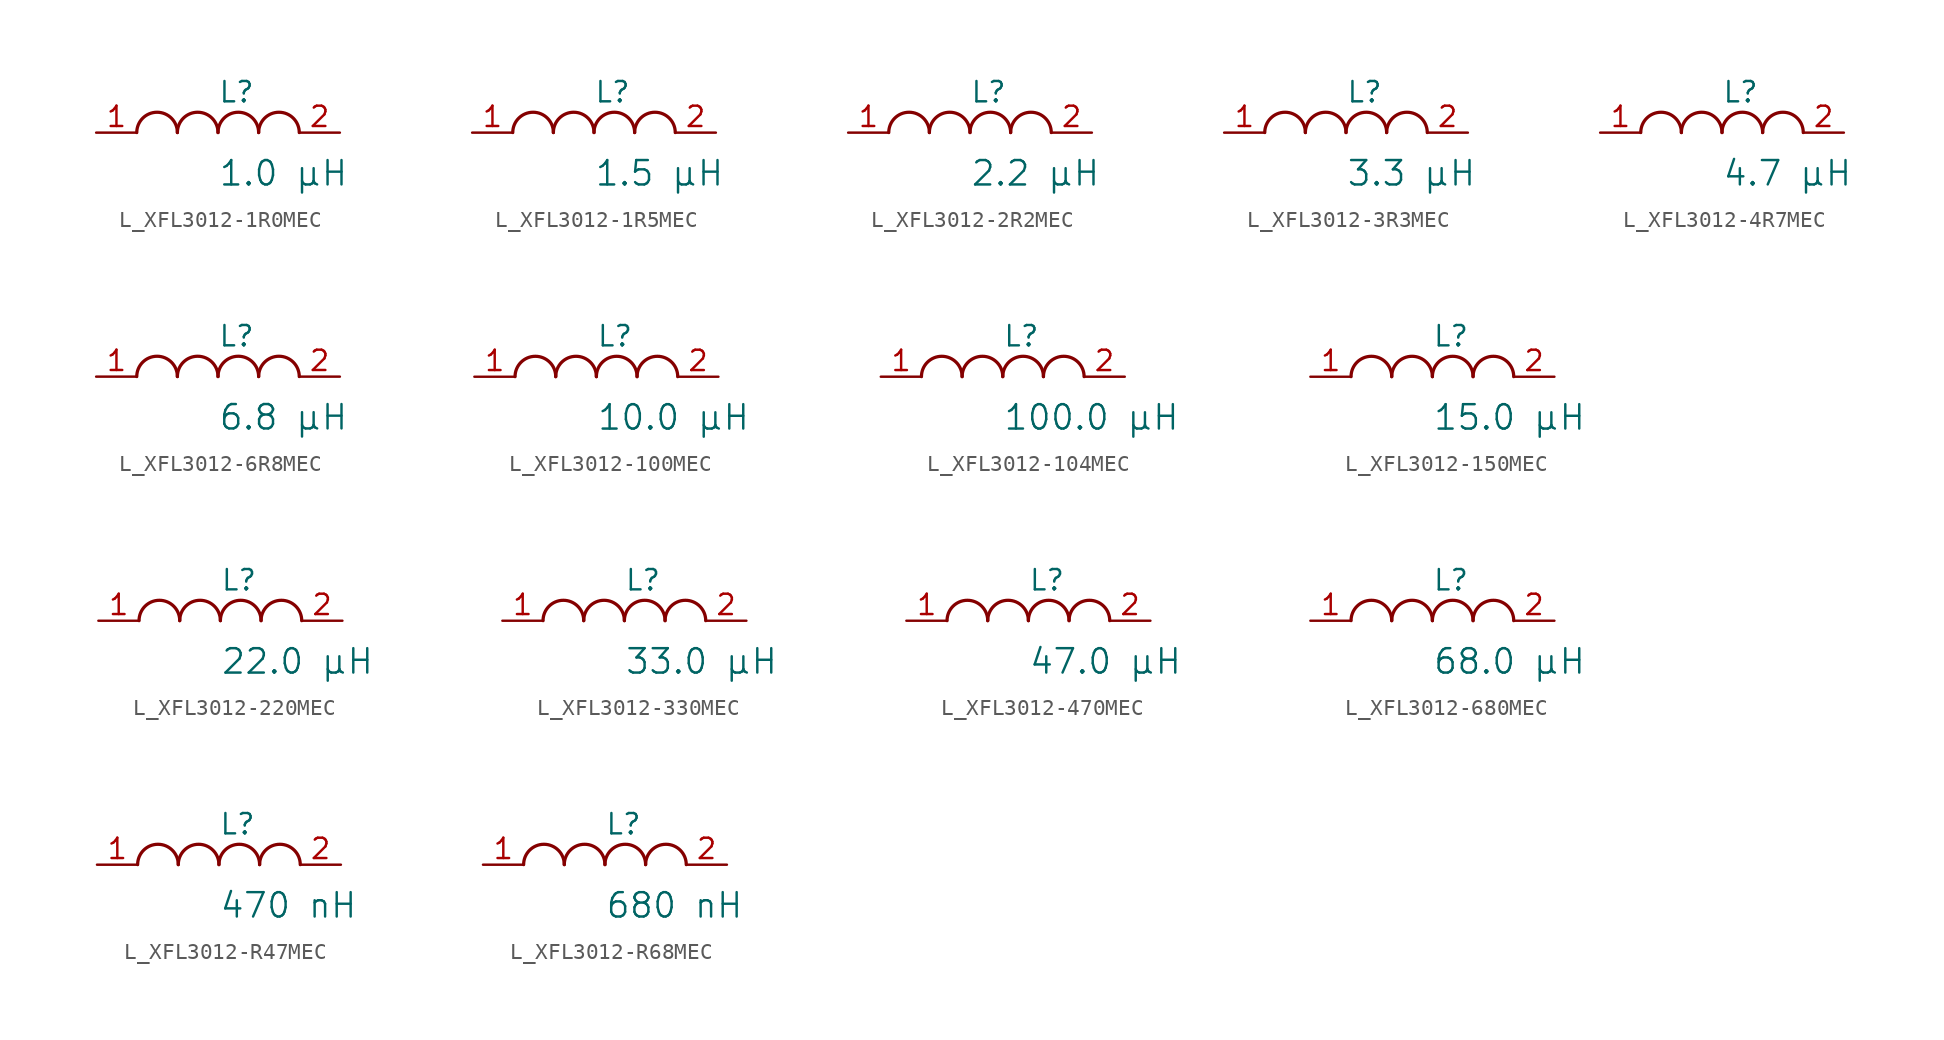
<source format=kicad_sym>
(kicad_symbol_lib
  (version 20231120)
  (generator "kicad_symbol_editor")
  (generator_version "8.0")
  (symbol "L_XFL3012-1R0MEC"
    (pin_names
      (offset 0.254))
    (property "Reference" "L"
      (at 0 2.54 0)
      (effects (font (size 1.27 1.27)) (justify left)))
    (property "Value" "1.0 µH"
      (at 0 -2.54 0)
      (effects (font (size 1.524 1.524)) (justify left)))
    (symbol "L_XFL3012-1R0MEC_1_1"
      (arc (start -2.54 0.0056) (mid -3.81 1.27) (end -5.08 0.0056) (stroke (width 0.2032) (type default)) (fill (type none)))
      (arc (start 0 0.0056) (mid -1.27 1.27) (end -2.54 0.0056) (stroke (width 0.2032) (type default)) (fill (type none)))
      (arc (start 2.54 0.0056) (mid 1.27 1.27) (end 0 0.0056) (stroke (width 0.2032) (type default)) (fill (type none)))
      (arc (start 5.08 0.0056) (mid 3.81 1.27) (end 2.54 0.0056) (stroke (width 0.2032) (type default)) (fill (type none)))
      (pin unspecified line (at -7.62 0 0) (length 2.54) (name "" (effects (font (size 1.27 1.27)))) (number "1" (effects (font (size 1.27 1.27)))))
      (pin unspecified line (at 7.62 0 180) (length 2.54) (name "" (effects (font (size 1.27 1.27)))) (number "2" (effects (font (size 1.27 1.27)))))))
  (symbol "L_XFL3012-1R5MEC"
    (pin_names
      (offset 0.254))
    (property "Reference" "L"
      (at 0 2.54 0)
      (effects (font (size 1.27 1.27)) (justify left)))
    (property "Value" "1.5 µH"
      (at 0 -2.54 0)
      (effects (font (size 1.524 1.524)) (justify left)))
    (symbol "L_XFL3012-1R5MEC_1_1"
      (arc (start -2.54 0.0056) (mid -3.81 1.27) (end -5.08 0.0056) (stroke (width 0.2032) (type default)) (fill (type none)))
      (arc (start 0 0.0056) (mid -1.27 1.27) (end -2.54 0.0056) (stroke (width 0.2032) (type default)) (fill (type none)))
      (arc (start 2.54 0.0056) (mid 1.27 1.27) (end 0 0.0056) (stroke (width 0.2032) (type default)) (fill (type none)))
      (arc (start 5.08 0.0056) (mid 3.81 1.27) (end 2.54 0.0056) (stroke (width 0.2032) (type default)) (fill (type none)))
      (pin unspecified line (at -7.62 0 0) (length 2.54) (name "" (effects (font (size 1.27 1.27)))) (number "1" (effects (font (size 1.27 1.27)))))
      (pin unspecified line (at 7.62 0 180) (length 2.54) (name "" (effects (font (size 1.27 1.27)))) (number "2" (effects (font (size 1.27 1.27)))))))
  (symbol "L_XFL3012-2R2MEC"
    (pin_names
      (offset 0.254))
    (property "Reference" "L"
      (at 0 2.54 0)
      (effects (font (size 1.27 1.27)) (justify left)))
    (property "Value" "2.2 µH"
      (at 0 -2.54 0)
      (effects (font (size 1.524 1.524)) (justify left)))
    (symbol "L_XFL3012-2R2MEC_1_1"
      (arc (start -2.54 0.0056) (mid -3.81 1.27) (end -5.08 0.0056) (stroke (width 0.2032) (type default)) (fill (type none)))
      (arc (start 0 0.0056) (mid -1.27 1.27) (end -2.54 0.0056) (stroke (width 0.2032) (type default)) (fill (type none)))
      (arc (start 2.54 0.0056) (mid 1.27 1.27) (end 0 0.0056) (stroke (width 0.2032) (type default)) (fill (type none)))
      (arc (start 5.08 0.0056) (mid 3.81 1.27) (end 2.54 0.0056) (stroke (width 0.2032) (type default)) (fill (type none)))
      (pin unspecified line (at -7.62 0 0) (length 2.54) (name "" (effects (font (size 1.27 1.27)))) (number "1" (effects (font (size 1.27 1.27)))))
      (pin unspecified line (at 7.62 0 180) (length 2.54) (name "" (effects (font (size 1.27 1.27)))) (number "2" (effects (font (size 1.27 1.27)))))))
  (symbol "L_XFL3012-3R3MEC"
    (pin_names
      (offset 0.254))
    (property "Reference" "L"
      (at 0 2.54 0)
      (effects (font (size 1.27 1.27)) (justify left)))
    (property "Value" "3.3 µH"
      (at 0 -2.54 0)
      (effects (font (size 1.524 1.524)) (justify left)))
    (symbol "L_XFL3012-3R3MEC_1_1"
      (arc (start -2.54 0.0056) (mid -3.81 1.27) (end -5.08 0.0056) (stroke (width 0.2032) (type default)) (fill (type none)))
      (arc (start 0 0.0056) (mid -1.27 1.27) (end -2.54 0.0056) (stroke (width 0.2032) (type default)) (fill (type none)))
      (arc (start 2.54 0.0056) (mid 1.27 1.27) (end 0 0.0056) (stroke (width 0.2032) (type default)) (fill (type none)))
      (arc (start 5.08 0.0056) (mid 3.81 1.27) (end 2.54 0.0056) (stroke (width 0.2032) (type default)) (fill (type none)))
      (pin unspecified line (at -7.62 0 0) (length 2.54) (name "" (effects (font (size 1.27 1.27)))) (number "1" (effects (font (size 1.27 1.27)))))
      (pin unspecified line (at 7.62 0 180) (length 2.54) (name "" (effects (font (size 1.27 1.27)))) (number "2" (effects (font (size 1.27 1.27)))))))
  (symbol "L_XFL3012-4R7MEC"
    (pin_names
      (offset 0.254))
    (property "Reference" "L"
      (at 0 2.54 0)
      (effects (font (size 1.27 1.27)) (justify left)))
    (property "Value" "4.7 µH"
      (at 0 -2.54 0)
      (effects (font (size 1.524 1.524)) (justify left)))
    (symbol "L_XFL3012-4R7MEC_1_1"
      (arc (start -2.54 0.0056) (mid -3.81 1.27) (end -5.08 0.0056) (stroke (width 0.2032) (type default)) (fill (type none)))
      (arc (start 0 0.0056) (mid -1.27 1.27) (end -2.54 0.0056) (stroke (width 0.2032) (type default)) (fill (type none)))
      (arc (start 2.54 0.0056) (mid 1.27 1.27) (end 0 0.0056) (stroke (width 0.2032) (type default)) (fill (type none)))
      (arc (start 5.08 0.0056) (mid 3.81 1.27) (end 2.54 0.0056) (stroke (width 0.2032) (type default)) (fill (type none)))
      (pin unspecified line (at -7.62 0 0) (length 2.54) (name "" (effects (font (size 1.27 1.27)))) (number "1" (effects (font (size 1.27 1.27)))))
      (pin unspecified line (at 7.62 0 180) (length 2.54) (name "" (effects (font (size 1.27 1.27)))) (number "2" (effects (font (size 1.27 1.27)))))))
  (symbol "L_XFL3012-6R8MEC"
    (pin_names
      (offset 0.254))
    (property "Reference" "L"
      (at 0 2.54 0)
      (effects (font (size 1.27 1.27)) (justify left)))
    (property "Value" "6.8 µH"
      (at 0 -2.54 0)
      (effects (font (size 1.524 1.524)) (justify left)))
    (symbol "L_XFL3012-6R8MEC_1_1"
      (arc (start -2.54 0.0056) (mid -3.81 1.27) (end -5.08 0.0056) (stroke (width 0.2032) (type default)) (fill (type none)))
      (arc (start 0 0.0056) (mid -1.27 1.27) (end -2.54 0.0056) (stroke (width 0.2032) (type default)) (fill (type none)))
      (arc (start 2.54 0.0056) (mid 1.27 1.27) (end 0 0.0056) (stroke (width 0.2032) (type default)) (fill (type none)))
      (arc (start 5.08 0.0056) (mid 3.81 1.27) (end 2.54 0.0056) (stroke (width 0.2032) (type default)) (fill (type none)))
      (pin unspecified line (at -7.62 0 0) (length 2.54) (name "" (effects (font (size 1.27 1.27)))) (number "1" (effects (font (size 1.27 1.27)))))
      (pin unspecified line (at 7.62 0 180) (length 2.54) (name "" (effects (font (size 1.27 1.27)))) (number "2" (effects (font (size 1.27 1.27)))))))
  (symbol "L_XFL3012-100MEC"
    (pin_names
      (offset 0.254))
    (property "Reference" "L"
      (at 0 2.54 0)
      (effects (font (size 1.27 1.27)) (justify left)))
    (property "Value" "10.0 µH"
      (at 0 -2.54 0)
      (effects (font (size 1.524 1.524)) (justify left)))
    (symbol "L_XFL3012-100MEC_1_1"
      (arc (start -2.54 0.0056) (mid -3.81 1.27) (end -5.08 0.0056) (stroke (width 0.2032) (type default)) (fill (type none)))
      (arc (start 0 0.0056) (mid -1.27 1.27) (end -2.54 0.0056) (stroke (width 0.2032) (type default)) (fill (type none)))
      (arc (start 2.54 0.0056) (mid 1.27 1.27) (end 0 0.0056) (stroke (width 0.2032) (type default)) (fill (type none)))
      (arc (start 5.08 0.0056) (mid 3.81 1.27) (end 2.54 0.0056) (stroke (width 0.2032) (type default)) (fill (type none)))
      (pin unspecified line (at -7.62 0 0) (length 2.54) (name "" (effects (font (size 1.27 1.27)))) (number "1" (effects (font (size 1.27 1.27)))))
      (pin unspecified line (at 7.62 0 180) (length 2.54) (name "" (effects (font (size 1.27 1.27)))) (number "2" (effects (font (size 1.27 1.27)))))))
  (symbol "L_XFL3012-104MEC"
    (pin_names
      (offset 0.254))
    (property "Reference" "L"
      (at 0 2.54 0)
      (effects (font (size 1.27 1.27)) (justify left)))
    (property "Value" "100.0 µH"
      (at 0 -2.54 0)
      (effects (font (size 1.524 1.524)) (justify left)))
    (symbol "L_XFL3012-104MEC_1_1"
      (arc (start -2.54 0.0056) (mid -3.81 1.27) (end -5.08 0.0056) (stroke (width 0.2032) (type default)) (fill (type none)))
      (arc (start 0 0.0056) (mid -1.27 1.27) (end -2.54 0.0056) (stroke (width 0.2032) (type default)) (fill (type none)))
      (arc (start 2.54 0.0056) (mid 1.27 1.27) (end 0 0.0056) (stroke (width 0.2032) (type default)) (fill (type none)))
      (arc (start 5.08 0.0056) (mid 3.81 1.27) (end 2.54 0.0056) (stroke (width 0.2032) (type default)) (fill (type none)))
      (pin unspecified line (at -7.62 0 0) (length 2.54) (name "" (effects (font (size 1.27 1.27)))) (number "1" (effects (font (size 1.27 1.27)))))
      (pin unspecified line (at 7.62 0 180) (length 2.54) (name "" (effects (font (size 1.27 1.27)))) (number "2" (effects (font (size 1.27 1.27)))))))
  (symbol "L_XFL3012-150MEC"
    (pin_names
      (offset 0.254))
    (property "Reference" "L"
      (at 0 2.54 0)
      (effects (font (size 1.27 1.27)) (justify left)))
    (property "Value" "15.0 µH"
      (at 0 -2.54 0)
      (effects (font (size 1.524 1.524)) (justify left)))
    (symbol "L_XFL3012-150MEC_1_1"
      (arc (start -2.54 0.0056) (mid -3.81 1.27) (end -5.08 0.0056) (stroke (width 0.2032) (type default)) (fill (type none)))
      (arc (start 0 0.0056) (mid -1.27 1.27) (end -2.54 0.0056) (stroke (width 0.2032) (type default)) (fill (type none)))
      (arc (start 2.54 0.0056) (mid 1.27 1.27) (end 0 0.0056) (stroke (width 0.2032) (type default)) (fill (type none)))
      (arc (start 5.08 0.0056) (mid 3.81 1.27) (end 2.54 0.0056) (stroke (width 0.2032) (type default)) (fill (type none)))
      (pin unspecified line (at -7.62 0 0) (length 2.54) (name "" (effects (font (size 1.27 1.27)))) (number "1" (effects (font (size 1.27 1.27)))))
      (pin unspecified line (at 7.62 0 180) (length 2.54) (name "" (effects (font (size 1.27 1.27)))) (number "2" (effects (font (size 1.27 1.27)))))))
  (symbol "L_XFL3012-220MEC"
    (pin_names
      (offset 0.254))
    (property "Reference" "L"
      (at 0 2.54 0)
      (effects (font (size 1.27 1.27)) (justify left)))
    (property "Value" "22.0 µH"
      (at 0 -2.54 0)
      (effects (font (size 1.524 1.524)) (justify left)))
    (symbol "L_XFL3012-220MEC_1_1"
      (arc (start -2.54 0.0056) (mid -3.81 1.27) (end -5.08 0.0056) (stroke (width 0.2032) (type default)) (fill (type none)))
      (arc (start 0 0.0056) (mid -1.27 1.27) (end -2.54 0.0056) (stroke (width 0.2032) (type default)) (fill (type none)))
      (arc (start 2.54 0.0056) (mid 1.27 1.27) (end 0 0.0056) (stroke (width 0.2032) (type default)) (fill (type none)))
      (arc (start 5.08 0.0056) (mid 3.81 1.27) (end 2.54 0.0056) (stroke (width 0.2032) (type default)) (fill (type none)))
      (pin unspecified line (at -7.62 0 0) (length 2.54) (name "" (effects (font (size 1.27 1.27)))) (number "1" (effects (font (size 1.27 1.27)))))
      (pin unspecified line (at 7.62 0 180) (length 2.54) (name "" (effects (font (size 1.27 1.27)))) (number "2" (effects (font (size 1.27 1.27)))))))
  (symbol "L_XFL3012-330MEC"
    (pin_names
      (offset 0.254))
    (property "Reference" "L"
      (at 0 2.54 0)
      (effects (font (size 1.27 1.27)) (justify left)))
    (property "Value" "33.0 µH"
      (at 0 -2.54 0)
      (effects (font (size 1.524 1.524)) (justify left)))
    (symbol "L_XFL3012-330MEC_1_1"
      (arc (start -2.54 0.0056) (mid -3.81 1.27) (end -5.08 0.0056) (stroke (width 0.2032) (type default)) (fill (type none)))
      (arc (start 0 0.0056) (mid -1.27 1.27) (end -2.54 0.0056) (stroke (width 0.2032) (type default)) (fill (type none)))
      (arc (start 2.54 0.0056) (mid 1.27 1.27) (end 0 0.0056) (stroke (width 0.2032) (type default)) (fill (type none)))
      (arc (start 5.08 0.0056) (mid 3.81 1.27) (end 2.54 0.0056) (stroke (width 0.2032) (type default)) (fill (type none)))
      (pin unspecified line (at -7.62 0 0) (length 2.54) (name "" (effects (font (size 1.27 1.27)))) (number "1" (effects (font (size 1.27 1.27)))))
      (pin unspecified line (at 7.62 0 180) (length 2.54) (name "" (effects (font (size 1.27 1.27)))) (number "2" (effects (font (size 1.27 1.27)))))))
  (symbol "L_XFL3012-470MEC"
    (pin_names
      (offset 0.254))
    (property "Reference" "L"
      (at 0 2.54 0)
      (effects (font (size 1.27 1.27)) (justify left)))
    (property "Value" "47.0 µH"
      (at 0 -2.54 0)
      (effects (font (size 1.524 1.524)) (justify left)))
    (symbol "L_XFL3012-470MEC_1_1"
      (arc (start -2.54 0.0056) (mid -3.81 1.27) (end -5.08 0.0056) (stroke (width 0.2032) (type default)) (fill (type none)))
      (arc (start 0 0.0056) (mid -1.27 1.27) (end -2.54 0.0056) (stroke (width 0.2032) (type default)) (fill (type none)))
      (arc (start 2.54 0.0056) (mid 1.27 1.27) (end 0 0.0056) (stroke (width 0.2032) (type default)) (fill (type none)))
      (arc (start 5.08 0.0056) (mid 3.81 1.27) (end 2.54 0.0056) (stroke (width 0.2032) (type default)) (fill (type none)))
      (pin unspecified line (at -7.62 0 0) (length 2.54) (name "" (effects (font (size 1.27 1.27)))) (number "1" (effects (font (size 1.27 1.27)))))
      (pin unspecified line (at 7.62 0 180) (length 2.54) (name "" (effects (font (size 1.27 1.27)))) (number "2" (effects (font (size 1.27 1.27)))))))
  (symbol "L_XFL3012-680MEC"
    (pin_names
      (offset 0.254))
    (property "Reference" "L"
      (at 0 2.54 0)
      (effects (font (size 1.27 1.27)) (justify left)))
    (property "Value" "68.0 µH"
      (at 0 -2.54 0)
      (effects (font (size 1.524 1.524)) (justify left)))
    (symbol "L_XFL3012-680MEC_1_1"
      (arc (start -2.54 0.0056) (mid -3.81 1.27) (end -5.08 0.0056) (stroke (width 0.2032) (type default)) (fill (type none)))
      (arc (start 0 0.0056) (mid -1.27 1.27) (end -2.54 0.0056) (stroke (width 0.2032) (type default)) (fill (type none)))
      (arc (start 2.54 0.0056) (mid 1.27 1.27) (end 0 0.0056) (stroke (width 0.2032) (type default)) (fill (type none)))
      (arc (start 5.08 0.0056) (mid 3.81 1.27) (end 2.54 0.0056) (stroke (width 0.2032) (type default)) (fill (type none)))
      (pin unspecified line (at -7.62 0 0) (length 2.54) (name "" (effects (font (size 1.27 1.27)))) (number "1" (effects (font (size 1.27 1.27)))))
      (pin unspecified line (at 7.62 0 180) (length 2.54) (name "" (effects (font (size 1.27 1.27)))) (number "2" (effects (font (size 1.27 1.27)))))))
  (symbol "L_XFL3012-R47MEC"
    (pin_names
      (offset 0.254))
    (property "Reference" "L"
      (at 0 2.54 0)
      (effects (font (size 1.27 1.27)) (justify left)))
    (property "Value" "470 nH"
      (at 0 -2.54 0)
      (effects (font (size 1.524 1.524)) (justify left)))
    (symbol "L_XFL3012-R47MEC_1_1"
      (arc (start -2.54 0.0056) (mid -3.81 1.27) (end -5.08 0.0056) (stroke (width 0.2032) (type default)) (fill (type none)))
      (arc (start 0 0.0056) (mid -1.27 1.27) (end -2.54 0.0056) (stroke (width 0.2032) (type default)) (fill (type none)))
      (arc (start 2.54 0.0056) (mid 1.27 1.27) (end 0 0.0056) (stroke (width 0.2032) (type default)) (fill (type none)))
      (arc (start 5.08 0.0056) (mid 3.81 1.27) (end 2.54 0.0056) (stroke (width 0.2032) (type default)) (fill (type none)))
      (pin unspecified line (at -7.62 0 0) (length 2.54) (name "" (effects (font (size 1.27 1.27)))) (number "1" (effects (font (size 1.27 1.27)))))
      (pin unspecified line (at 7.62 0 180) (length 2.54) (name "" (effects (font (size 1.27 1.27)))) (number "2" (effects (font (size 1.27 1.27)))))))
  (symbol "L_XFL3012-R68MEC"
    (pin_names
      (offset 0.254))
    (property "Reference" "L"
      (at 0 2.54 0)
      (effects (font (size 1.27 1.27)) (justify left)))
    (property "Value" "680 nH"
      (at 0 -2.54 0)
      (effects (font (size 1.524 1.524)) (justify left)))
    (symbol "L_XFL3012-R68MEC_1_1"
      (arc (start -2.54 0.0056) (mid -3.81 1.27) (end -5.08 0.0056) (stroke (width 0.2032) (type default)) (fill (type none)))
      (arc (start 0 0.0056) (mid -1.27 1.27) (end -2.54 0.0056) (stroke (width 0.2032) (type default)) (fill (type none)))
      (arc (start 2.54 0.0056) (mid 1.27 1.27) (end 0 0.0056) (stroke (width 0.2032) (type default)) (fill (type none)))
      (arc (start 5.08 0.0056) (mid 3.81 1.27) (end 2.54 0.0056) (stroke (width 0.2032) (type default)) (fill (type none)))
      (pin unspecified line (at -7.62 0 0) (length 2.54) (name "" (effects (font (size 1.27 1.27)))) (number "1" (effects (font (size 1.27 1.27)))))
      (pin unspecified line (at 7.62 0 180) (length 2.54) (name "" (effects (font (size 1.27 1.27)))) (number "2" (effects (font (size 1.27 1.27))))))))
</source>
